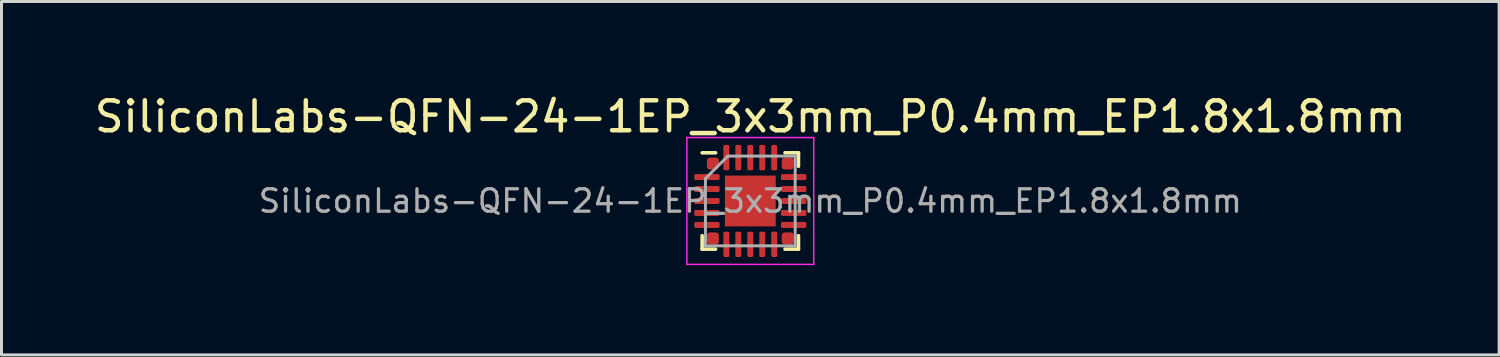
<source format=kicad_pcb>
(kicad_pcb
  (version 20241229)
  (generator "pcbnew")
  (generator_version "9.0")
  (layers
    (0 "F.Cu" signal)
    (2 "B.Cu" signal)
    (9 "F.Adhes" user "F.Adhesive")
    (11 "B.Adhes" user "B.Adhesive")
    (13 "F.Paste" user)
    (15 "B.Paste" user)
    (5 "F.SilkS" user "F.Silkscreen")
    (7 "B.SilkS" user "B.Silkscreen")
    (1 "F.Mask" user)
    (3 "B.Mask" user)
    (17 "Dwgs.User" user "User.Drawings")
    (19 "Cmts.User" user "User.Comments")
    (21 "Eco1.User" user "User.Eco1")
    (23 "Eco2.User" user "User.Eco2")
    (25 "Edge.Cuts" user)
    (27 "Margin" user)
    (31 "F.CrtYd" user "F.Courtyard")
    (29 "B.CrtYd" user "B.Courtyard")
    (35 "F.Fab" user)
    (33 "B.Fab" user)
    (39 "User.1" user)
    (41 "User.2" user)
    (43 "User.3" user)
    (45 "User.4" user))
  (footprint "SiliconLabs-QFN-24-1EP_3x3mm_P0.4mm_EP1.8x1.8mm"
    (layer "F.Cu")
    (at 22.03 3.668)
    (property "Reference" "SiliconLabs-QFN-24-1EP_3x3mm_P0.4mm_EP1.8x1.8mm" (at 0 -2.82 0) (layer "F.SilkS") (effects (font (size 1 1) (thickness 0.15))))
    (attr smd)
    (fp_line (start -1.61 1.61) (end -1.61 1.16) (stroke (width 0.12) (type solid)) (layer "F.SilkS"))
    (fp_line (start -1.16 -1.61) (end -1.61 -1.61) (stroke (width 0.12) (type solid)) (layer "F.SilkS"))
    (fp_line (start -1.16 1.61) (end -1.61 1.61) (stroke (width 0.12) (type solid)) (layer "F.SilkS"))
    (fp_line (start 1.16 -1.61) (end 1.61 -1.61) (stroke (width 0.12) (type solid)) (layer "F.SilkS"))
    (fp_line (start 1.16 1.61) (end 1.61 1.61) (stroke (width 0.12) (type solid)) (layer "F.SilkS"))
    (fp_line (start 1.61 -1.61) (end 1.61 -1.16) (stroke (width 0.12) (type solid)) (layer "F.SilkS"))
    (fp_line (start 1.61 1.61) (end 1.61 1.16) (stroke (width 0.12) (type solid)) (layer "F.SilkS"))
    (fp_line (start -2.12 -2.12) (end -2.12 2.12) (stroke (width 0.05) (type solid)) (layer "F.CrtYd"))
    (fp_line (start -2.12 2.12) (end 2.12 2.12) (stroke (width 0.05) (type solid)) (layer "F.CrtYd"))
    (fp_line (start 2.12 -2.12) (end -2.12 -2.12) (stroke (width 0.05) (type solid)) (layer "F.CrtYd"))
    (fp_line (start 2.12 2.12) (end 2.12 -2.12) (stroke (width 0.05) (type solid)) (layer "F.CrtYd"))
    (fp_line (start -1.5 -0.75) (end -0.75 -1.5) (stroke (width 0.1) (type solid)) (layer "F.Fab"))
    (fp_line (start -1.5 1.5) (end -1.5 -0.75) (stroke (width 0.1) (type solid)) (layer "F.Fab"))
    (fp_line (start -0.75 -1.5) (end 1.5 -1.5) (stroke (width 0.1) (type solid)) (layer "F.Fab"))
    (fp_line (start 1.5 -1.5) (end 1.5 1.5) (stroke (width 0.1) (type solid)) (layer "F.Fab"))
    (fp_line (start 1.5 1.5) (end -1.5 1.5) (stroke (width 0.1) (type solid)) (layer "F.Fab"))
    (fp_text user "${REFERENCE}" (at 0 0 0) (layer "F.Fab") (effects (font (size 0.75 0.75) (thickness 0.11))))
    (pad "" smd roundrect (at 0 0) (size 1.6 1.6) (layers "F.Paste") (roundrect_rratio 0.25))
    (pad "1" smd roundrect (at -1.25 -1.25) (size 0.4 0.4) (layers "F.Cu" "F.Mask" "F.Paste") (roundrect_rratio 0.25))
    (pad "2" smd roundrect (at -1.45 -0.8) (size 0.85 0.2) (layers "F.Cu" "F.Mask" "F.Paste") (roundrect_rratio 0.25))
    (pad "3" smd roundrect (at -1.45 -0.4) (size 0.85 0.2) (layers "F.Cu" "F.Mask" "F.Paste") (roundrect_rratio 0.25))
    (pad "4" smd roundrect (at -1.45 0) (size 0.85 0.2) (layers "F.Cu" "F.Mask" "F.Paste") (roundrect_rratio 0.25))
    (pad "5" smd roundrect (at -1.45 0.4) (size 0.85 0.2) (layers "F.Cu" "F.Mask" "F.Paste") (roundrect_rratio 0.25))
    (pad "6" smd roundrect (at -1.45 0.8) (size 0.85 0.2) (layers "F.Cu" "F.Mask" "F.Paste") (roundrect_rratio 0.25))
    (pad "7" smd roundrect (at -1.25 1.25) (size 0.4 0.4) (layers "F.Cu" "F.Mask" "F.Paste") (roundrect_rratio 0.25))
    (pad "8" smd roundrect (at -0.8 1.45) (size 0.2 0.85) (layers "F.Cu" "F.Mask" "F.Paste") (roundrect_rratio 0.25))
    (pad "9" smd roundrect (at -0.4 1.45) (size 0.2 0.85) (layers "F.Cu" "F.Mask" "F.Paste") (roundrect_rratio 0.25))
    (pad "10" smd roundrect (at 0 1.45) (size 0.2 0.85) (layers "F.Cu" "F.Mask" "F.Paste") (roundrect_rratio 0.25))
    (pad "11" smd roundrect (at 0.4 1.45) (size 0.2 0.85) (layers "F.Cu" "F.Mask" "F.Paste") (roundrect_rratio 0.25))
    (pad "12" smd roundrect (at 0.8 1.45) (size 0.2 0.85) (layers "F.Cu" "F.Mask" "F.Paste") (roundrect_rratio 0.25))
    (pad "13" smd roundrect (at 1.25 1.25) (size 0.4 0.4) (layers "F.Cu" "F.Mask" "F.Paste") (roundrect_rratio 0.25))
    (pad "14" smd roundrect (at 1.45 0.8) (size 0.85 0.2) (layers "F.Cu" "F.Mask" "F.Paste") (roundrect_rratio 0.25))
    (pad "15" smd roundrect (at 1.45 0.4) (size 0.85 0.2) (layers "F.Cu" "F.Mask" "F.Paste") (roundrect_rratio 0.25))
    (pad "16" smd roundrect (at 1.45 0) (size 0.85 0.2) (layers "F.Cu" "F.Mask" "F.Paste") (roundrect_rratio 0.25))
    (pad "17" smd roundrect (at 1.45 -0.4) (size 0.85 0.2) (layers "F.Cu" "F.Mask" "F.Paste") (roundrect_rratio 0.25))
    (pad "18" smd roundrect (at 1.45 -0.8) (size 0.85 0.2) (layers "F.Cu" "F.Mask" "F.Paste") (roundrect_rratio 0.25))
    (pad "19" smd roundrect (at 1.25 -1.25) (size 0.4 0.4) (layers "F.Cu" "F.Mask" "F.Paste") (roundrect_rratio 0.25))
    (pad "20" smd roundrect (at 0.8 -1.45) (size 0.2 0.85) (layers "F.Cu" "F.Mask" "F.Paste") (roundrect_rratio 0.25))
    (pad "21" smd roundrect (at 0.4 -1.45) (size 0.2 0.85) (layers "F.Cu" "F.Mask" "F.Paste") (roundrect_rratio 0.25))
    (pad "22" smd roundrect (at 0 -1.45) (size 0.2 0.85) (layers "F.Cu" "F.Mask" "F.Paste") (roundrect_rratio 0.25))
    (pad "23" smd roundrect (at -0.4 -1.45) (size 0.2 0.85) (layers "F.Cu" "F.Mask" "F.Paste") (roundrect_rratio 0.25))
    (pad "24" smd roundrect (at -0.8 -1.45) (size 0.2 0.85) (layers "F.Cu" "F.Mask" "F.Paste") (roundrect_rratio 0.25))
    (pad "25" smd rect (at 0 0) (size 1.7 1.7) (layers "F.Cu" "F.Mask")))
  (gr_rect
    (start -3 -3)
    (end 47.06 8.813)
    (stroke (width 0.1) (type default))
    (fill no)
    (layer "Edge.Cuts")))
</source>
